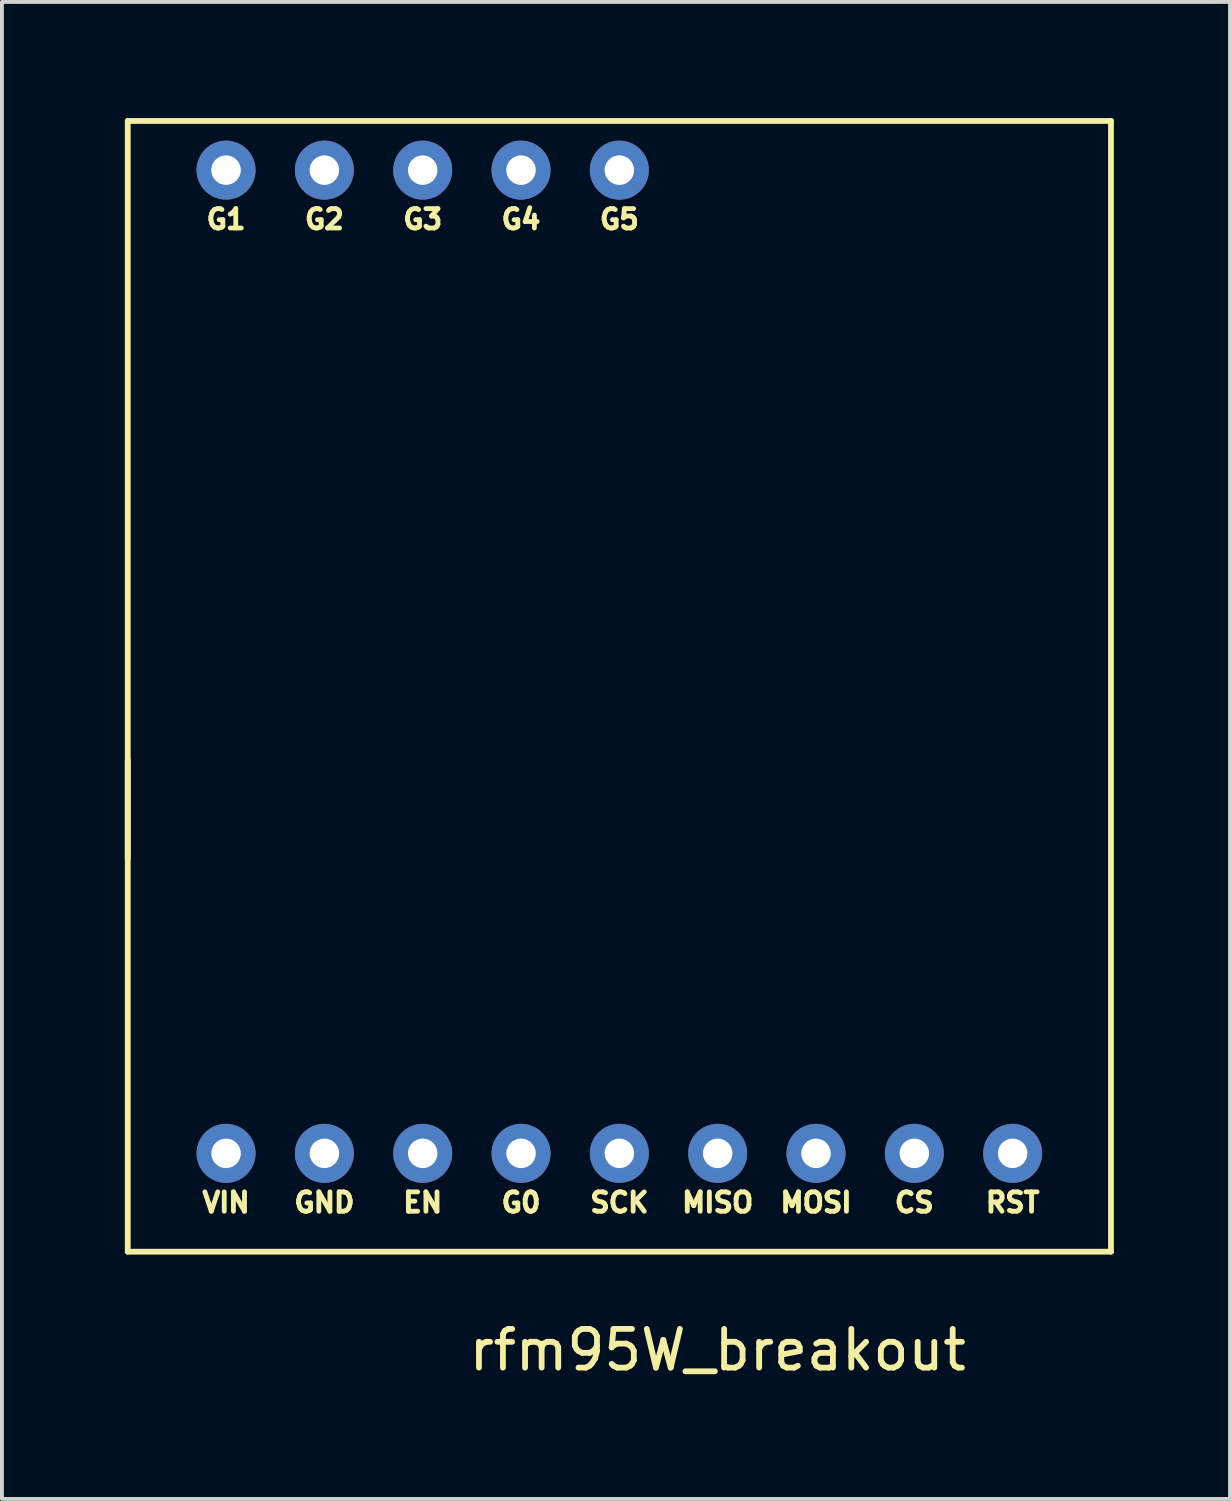
<source format=kicad_pcb>
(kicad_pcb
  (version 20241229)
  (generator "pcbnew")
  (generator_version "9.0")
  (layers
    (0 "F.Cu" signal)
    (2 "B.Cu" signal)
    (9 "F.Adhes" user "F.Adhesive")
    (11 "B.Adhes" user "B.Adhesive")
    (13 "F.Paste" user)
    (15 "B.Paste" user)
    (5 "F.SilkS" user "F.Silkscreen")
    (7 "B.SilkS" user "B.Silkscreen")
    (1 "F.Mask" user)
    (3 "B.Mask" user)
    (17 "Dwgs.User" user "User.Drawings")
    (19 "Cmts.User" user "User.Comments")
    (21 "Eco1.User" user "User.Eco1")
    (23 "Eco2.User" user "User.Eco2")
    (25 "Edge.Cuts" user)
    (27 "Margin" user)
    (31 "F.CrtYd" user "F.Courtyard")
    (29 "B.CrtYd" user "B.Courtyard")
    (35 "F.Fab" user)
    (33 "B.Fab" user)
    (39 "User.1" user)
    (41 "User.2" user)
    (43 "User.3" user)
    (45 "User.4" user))
  (footprint "rfm95W_breakout"
    (layer "F.Cu")
    (at 0.25 29.285)
    (property "Reference" "rfm95W_breakout" (at 15.24 2.54 0) (layer "F.SilkS") (effects (font (size 1 1) (thickness 0.15))))
    (attr through_hole)
    (fp_line (start 0 -29.21) (end 25.4 -29.21) (stroke (width 0.15) (type solid)) (layer "F.SilkS"))
    (fp_line (start 0 -10.16) (end 0 -12.7) (stroke (width 0.15) (type solid)) (layer "F.SilkS"))
    (fp_line (start 0 0) (end 0 -29.21) (stroke (width 0.15) (type solid)) (layer "F.SilkS"))
    (fp_line (start 0 0) (end 25.4 0) (stroke (width 0.15) (type solid)) (layer "F.SilkS"))
    (fp_line (start 25.4 -29.21) (end 25.4 0) (stroke (width 0.15) (type solid)) (layer "F.SilkS"))
    (fp_text user "G5" (at 12.7 -26.67 0) (layer "F.SilkS") (effects (font (size 0.5 0.5) (thickness 0.125))))
    (fp_text user "EN" (at 7.62 -1.27 0) (layer "F.SilkS") (effects (font (size 0.5 0.5) (thickness 0.125))))
    (fp_text user "G4" (at 10.16 -26.67 0) (layer "F.SilkS") (effects (font (size 0.5 0.5) (thickness 0.125))))
    (fp_text user "CS" (at 20.32 -1.27 0) (layer "F.SilkS") (effects (font (size 0.5 0.5) (thickness 0.125))))
    (fp_text user "G2" (at 5.08 -26.67 0) (layer "F.SilkS") (effects (font (size 0.5 0.5) (thickness 0.125))))
    (fp_text user "VIN" (at 2.54 -1.27 0) (layer "F.SilkS") (effects (font (size 0.5 0.5) (thickness 0.125))))
    (fp_text user "G0" (at 10.16 -1.27 0) (layer "F.SilkS") (effects (font (size 0.5 0.5) (thickness 0.125))))
    (fp_text user "SCK" (at 12.7 -1.27 0) (layer "F.SilkS") (effects (font (size 0.5 0.5) (thickness 0.125))))
    (fp_text user "G3" (at 7.62 -26.67 0) (layer "F.SilkS") (effects (font (size 0.5 0.5) (thickness 0.125))))
    (fp_text user "G1" (at 2.54 -26.67 0) (layer "F.SilkS") (effects (font (size 0.5 0.5) (thickness 0.125))))
    (fp_text user "RST" (at 22.86 -1.27 0) (layer "F.SilkS") (effects (font (size 0.5 0.5) (thickness 0.125))))
    (fp_text user "MISO" (at 15.24 -1.27 0) (layer "F.SilkS") (effects (font (size 0.5 0.5) (thickness 0.125))))
    (fp_text user "MOSI" (at 17.78 -1.27 0) (layer "F.SilkS") (effects (font (size 0.5 0.5) (thickness 0.125))))
    (fp_text user "GND" (at 5.08 -1.27 0) (layer "F.SilkS") (effects (font (size 0.5 0.5) (thickness 0.125))))
    (pad "1" thru_hole circle (at 22.86 -2.54) (size 1.524 1.524) (drill 0.762) (layers "*.Cu" "*.Mask"))
    (pad "2" thru_hole circle (at 20.32 -2.54) (size 1.524 1.524) (drill 0.762) (layers "*.Cu" "*.Mask"))
    (pad "3" thru_hole circle (at 17.78 -2.54) (size 1.524 1.524) (drill 0.762) (layers "*.Cu" "*.Mask"))
    (pad "4" thru_hole circle (at 15.24 -2.54) (size 1.524 1.524) (drill 0.762) (layers "*.Cu" "*.Mask"))
    (pad "5" thru_hole circle (at 12.7 -2.54) (size 1.524 1.524) (drill 0.762) (layers "*.Cu" "*.Mask"))
    (pad "6" thru_hole circle (at 10.16 -2.54) (size 1.524 1.524) (drill 0.762) (layers "*.Cu" "*.Mask"))
    (pad "7" thru_hole circle (at 7.62 -2.54) (size 1.524 1.524) (drill 0.762) (layers "*.Cu" "*.Mask"))
    (pad "8" thru_hole circle (at 5.08 -2.54) (size 1.524 1.524) (drill 0.762) (layers "*.Cu" "*.Mask"))
    (pad "9" thru_hole circle (at 2.54 -2.54) (size 1.524 1.524) (drill 0.762) (layers "*.Cu" "*.Mask"))
    (pad "10" thru_hole circle (at 2.54 -27.94) (size 1.524 1.524) (drill 0.762) (layers "*.Cu" "*.Mask"))
    (pad "11" thru_hole circle (at 5.08 -27.94) (size 1.524 1.524) (drill 0.762) (layers "*.Cu" "*.Mask"))
    (pad "12" thru_hole circle (at 7.62 -27.94) (size 1.524 1.524) (drill 0.762) (layers "*.Cu" "*.Mask"))
    (pad "13" thru_hole circle (at 10.16 -27.94) (size 1.524 1.524) (drill 0.762) (layers "*.Cu" "*.Mask"))
    (pad "14" thru_hole circle (at 12.7 -27.94) (size 1.524 1.524) (drill 0.762) (layers "*.Cu" "*.Mask")))
  (gr_rect
    (start -3 -3)
    (end 28.725 35.673)
    (stroke (width 0.1) (type default))
    (fill no)
    (layer "Edge.Cuts")))
</source>
